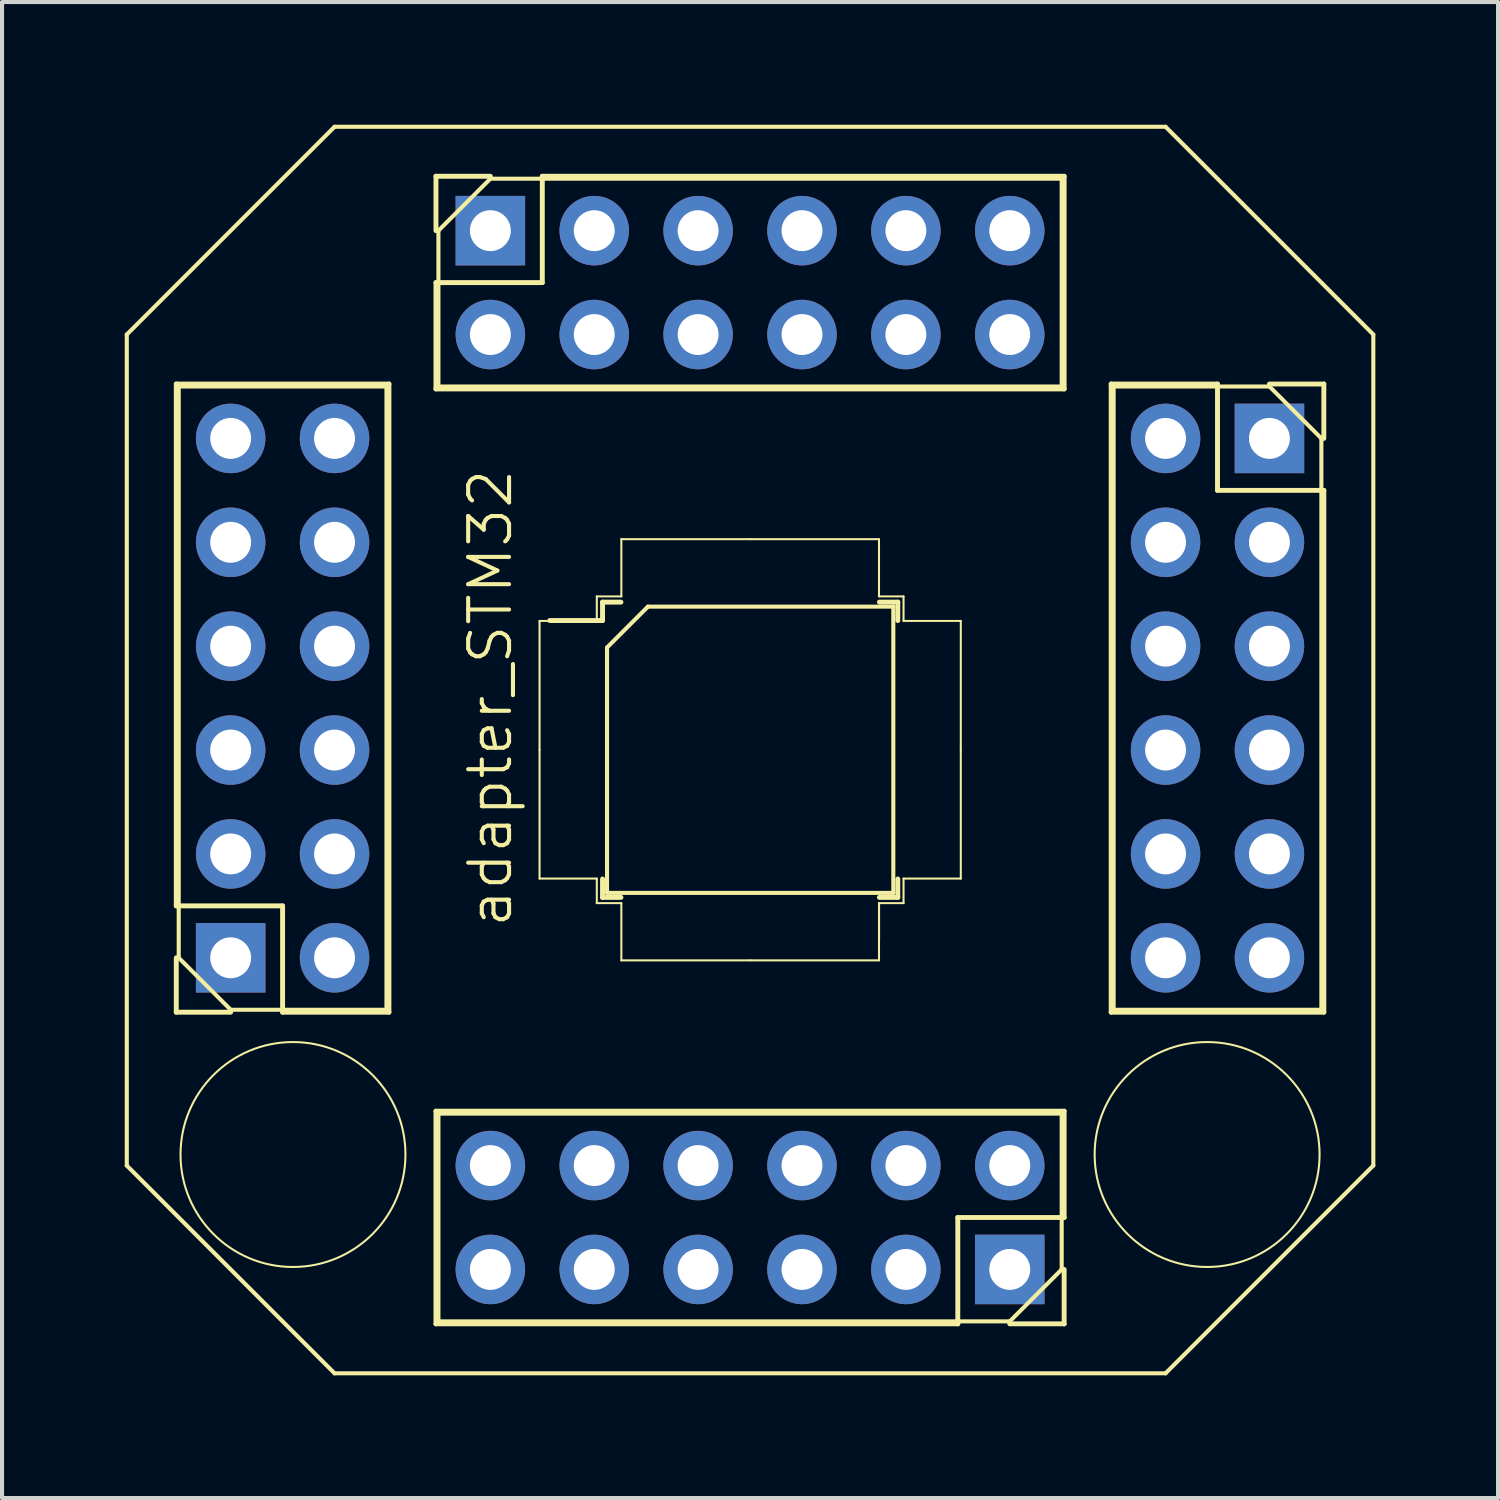
<source format=kicad_pcb>
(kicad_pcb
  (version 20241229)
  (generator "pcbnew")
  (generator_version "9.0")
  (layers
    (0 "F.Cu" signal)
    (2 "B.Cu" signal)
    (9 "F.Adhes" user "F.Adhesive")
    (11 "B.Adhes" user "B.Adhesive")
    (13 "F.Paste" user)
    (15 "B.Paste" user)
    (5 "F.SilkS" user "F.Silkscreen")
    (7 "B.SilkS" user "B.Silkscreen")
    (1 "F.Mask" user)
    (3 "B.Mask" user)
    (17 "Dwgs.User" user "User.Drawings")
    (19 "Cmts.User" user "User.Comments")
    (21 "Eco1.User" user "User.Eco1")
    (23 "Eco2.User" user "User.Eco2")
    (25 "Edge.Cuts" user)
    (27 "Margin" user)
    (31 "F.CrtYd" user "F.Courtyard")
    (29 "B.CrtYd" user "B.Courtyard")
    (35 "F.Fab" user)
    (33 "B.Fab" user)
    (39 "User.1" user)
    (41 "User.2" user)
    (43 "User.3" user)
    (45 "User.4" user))
  (footprint "adapter_STM32"
    (layer "F.Cu")
    (at 15.29 14.02)
    (property "Reference" "adapter_STM32" (at -6.35 0 90) (unlocked yes) (layer "F.SilkS") (effects (font (size 1 1) (thickness 0.1))))
    (attr through_hole)
    (fp_line (start -15.24 -8.89) (end -10.16 -13.97) (stroke (width 0.1) (type default)) (layer "F.SilkS"))
    (fp_line (start -15.24 11.43) (end -15.24 -8.89) (stroke (width 0.1) (type default)) (layer "F.SilkS"))
    (fp_line (start -14.03 -7.68) (end -8.83 -7.68) (stroke (width 0.12) (type solid)) (layer "F.SilkS"))
    (fp_line (start -14.03 5.08) (end -14.03 -7.68) (stroke (width 0.12) (type solid)) (layer "F.SilkS"))
    (fp_line (start -14.03 5.08) (end -11.43 5.08) (stroke (width 0.12) (type solid)) (layer "F.SilkS"))
    (fp_line (start -14.03 6.35) (end -14.03 7.68) (stroke (width 0.12) (type solid)) (layer "F.SilkS"))
    (fp_line (start -14.03 7.68) (end -12.7 7.68) (stroke (width 0.12) (type solid)) (layer "F.SilkS"))
    (fp_line (start -13.97 -7.62) (end -13.97 6.35) (stroke (width 0.1) (type solid)) (layer "F.SilkS"))
    (fp_line (start -13.97 6.35) (end -12.7 7.62) (stroke (width 0.1) (type solid)) (layer "F.SilkS"))
    (fp_line (start -12.7 7.62) (end -8.89 7.62) (stroke (width 0.1) (type solid)) (layer "F.SilkS"))
    (fp_line (start -11.43 5.08) (end -11.43 7.68) (stroke (width 0.12) (type solid)) (layer "F.SilkS"))
    (fp_line (start -11.43 7.68) (end -8.83 7.68) (stroke (width 0.12) (type solid)) (layer "F.SilkS"))
    (fp_line (start -10.16 -13.97) (end 10.16 -13.97) (stroke (width 0.1) (type default)) (layer "F.SilkS"))
    (fp_line (start -10.16 16.51) (end -15.24 11.43) (stroke (width 0.1) (type default)) (layer "F.SilkS"))
    (fp_line (start -8.89 -7.62) (end -13.97 -7.62) (stroke (width 0.1) (type solid)) (layer "F.SilkS"))
    (fp_line (start -8.89 7.62) (end -8.89 -7.62) (stroke (width 0.1) (type solid)) (layer "F.SilkS"))
    (fp_line (start -8.83 7.68) (end -8.83 -7.68) (stroke (width 0.12) (type solid)) (layer "F.SilkS"))
    (fp_line (start -7.68 -12.76) (end -7.68 -11.43) (stroke (width 0.12) (type solid)) (layer "F.SilkS"))
    (fp_line (start -7.68 -10.16) (end -7.68 -7.56) (stroke (width 0.12) (type solid)) (layer "F.SilkS"))
    (fp_line (start -7.68 -7.56) (end 7.68 -7.56) (stroke (width 0.12) (type solid)) (layer "F.SilkS"))
    (fp_line (start -7.68 15.3) (end -7.68 10.1) (stroke (width 0.12) (type solid)) (layer "F.SilkS"))
    (fp_line (start -7.62 -11.43) (end -7.62 -7.62) (stroke (width 0.1) (type solid)) (layer "F.SilkS"))
    (fp_line (start -7.62 -7.62) (end 7.62 -7.62) (stroke (width 0.1) (type solid)) (layer "F.SilkS"))
    (fp_line (start -7.62 10.16) (end -7.62 15.24) (stroke (width 0.1) (type solid)) (layer "F.SilkS"))
    (fp_line (start -7.62 15.24) (end 6.35 15.24) (stroke (width 0.1) (type solid)) (layer "F.SilkS"))
    (fp_line (start -6.35 -12.76) (end -7.68 -12.76) (stroke (width 0.12) (type solid)) (layer "F.SilkS"))
    (fp_line (start -6.35 -12.7) (end -7.62 -11.43) (stroke (width 0.1) (type solid)) (layer "F.SilkS"))
    (fp_line (start -5.147 -1.887) (end -5.147 1.263) (stroke (width 0.05) (type solid)) (layer "F.SilkS"))
    (fp_line (start -5.147 4.413) (end -5.147 1.263) (stroke (width 0.05) (type solid)) (layer "F.SilkS"))
    (fp_line (start -5.08 -12.76) (end -5.08 -10.16) (stroke (width 0.12) (type solid)) (layer "F.SilkS"))
    (fp_line (start -5.08 -12.76) (end 7.68 -12.76) (stroke (width 0.12) (type solid)) (layer "F.SilkS"))
    (fp_line (start -5.08 -10.16) (end -7.68 -10.16) (stroke (width 0.12) (type solid)) (layer "F.SilkS"))
    (fp_line (start -3.747 -2.487) (end -3.747 -1.887) (stroke (width 0.05) (type solid)) (layer "F.SilkS"))
    (fp_line (start -3.747 -1.887) (end -5.147 -1.887) (stroke (width 0.05) (type solid)) (layer "F.SilkS"))
    (fp_line (start -3.747 4.413) (end -5.147 4.413) (stroke (width 0.05) (type solid)) (layer "F.SilkS"))
    (fp_line (start -3.747 5.013) (end -3.747 4.413) (stroke (width 0.05) (type solid)) (layer "F.SilkS"))
    (fp_line (start -3.607 -2.347) (end -3.607 -1.897) (stroke (width 0.12) (type solid)) (layer "F.SilkS"))
    (fp_line (start -3.607 -1.897) (end -4.897 -1.897) (stroke (width 0.12) (type solid)) (layer "F.SilkS"))
    (fp_line (start -3.607 4.873) (end -3.607 4.423) (stroke (width 0.12) (type solid)) (layer "F.SilkS"))
    (fp_line (start -3.497 -1.237) (end -2.497 -2.237) (stroke (width 0.1) (type solid)) (layer "F.SilkS"))
    (fp_line (start -3.497 4.763) (end -3.497 -1.237) (stroke (width 0.1) (type solid)) (layer "F.SilkS"))
    (fp_line (start -3.157 -2.347) (end -3.607 -2.347) (stroke (width 0.12) (type solid)) (layer "F.SilkS"))
    (fp_line (start -3.157 4.873) (end -3.607 4.873) (stroke (width 0.12) (type solid)) (layer "F.SilkS"))
    (fp_line (start -3.147 -3.887) (end -3.147 -2.487) (stroke (width 0.05) (type solid)) (layer "F.SilkS"))
    (fp_line (start -3.147 -2.487) (end -3.747 -2.487) (stroke (width 0.05) (type solid)) (layer "F.SilkS"))
    (fp_line (start -3.147 5.013) (end -3.747 5.013) (stroke (width 0.05) (type solid)) (layer "F.SilkS"))
    (fp_line (start -3.147 6.413) (end -3.147 5.013) (stroke (width 0.05) (type solid)) (layer "F.SilkS"))
    (fp_line (start -2.497 -2.237) (end 3.503 -2.237) (stroke (width 0.1) (type solid)) (layer "F.SilkS"))
    (fp_line (start 0.003 -3.887) (end -3.147 -3.887) (stroke (width 0.05) (type solid)) (layer "F.SilkS"))
    (fp_line (start 0.003 -3.887) (end 3.153 -3.887) (stroke (width 0.05) (type solid)) (layer "F.SilkS"))
    (fp_line (start 0.003 6.413) (end -3.147 6.413) (stroke (width 0.05) (type solid)) (layer "F.SilkS"))
    (fp_line (start 0.003 6.413) (end 3.153 6.413) (stroke (width 0.05) (type solid)) (layer "F.SilkS"))
    (fp_line (start 3.153 -3.887) (end 3.153 -2.487) (stroke (width 0.05) (type solid)) (layer "F.SilkS"))
    (fp_line (start 3.153 -2.487) (end 3.753 -2.487) (stroke (width 0.05) (type solid)) (layer "F.SilkS"))
    (fp_line (start 3.153 5.013) (end 3.753 5.013) (stroke (width 0.05) (type solid)) (layer "F.SilkS"))
    (fp_line (start 3.153 6.413) (end 3.153 5.013) (stroke (width 0.05) (type solid)) (layer "F.SilkS"))
    (fp_line (start 3.154 5.946) (end 3.154 5.026) (stroke (width 0.05) (type solid)) (layer "F.SilkS"))
    (fp_line (start 3.163 -2.347) (end 3.613 -2.347) (stroke (width 0.12) (type solid)) (layer "F.SilkS"))
    (fp_line (start 3.163 4.873) (end 3.613 4.873) (stroke (width 0.12) (type solid)) (layer "F.SilkS"))
    (fp_line (start 3.503 -2.237) (end 3.503 4.763) (stroke (width 0.1) (type solid)) (layer "F.SilkS"))
    (fp_line (start 3.503 4.763) (end -3.497 4.763) (stroke (width 0.1) (type solid)) (layer "F.SilkS"))
    (fp_line (start 3.613 -2.347) (end 3.613 -1.897) (stroke (width 0.12) (type solid)) (layer "F.SilkS"))
    (fp_line (start 3.613 4.873) (end 3.613 4.423) (stroke (width 0.12) (type solid)) (layer "F.SilkS"))
    (fp_line (start 3.753 -2.487) (end 3.753 -1.887) (stroke (width 0.05) (type solid)) (layer "F.SilkS"))
    (fp_line (start 3.753 -1.887) (end 5.153 -1.887) (stroke (width 0.05) (type solid)) (layer "F.SilkS"))
    (fp_line (start 3.753 4.413) (end 5.153 4.413) (stroke (width 0.05) (type solid)) (layer "F.SilkS"))
    (fp_line (start 3.753 5.013) (end 3.753 4.413) (stroke (width 0.05) (type solid)) (layer "F.SilkS"))
    (fp_line (start 5.08 12.7) (end 7.68 12.7) (stroke (width 0.12) (type solid)) (layer "F.SilkS"))
    (fp_line (start 5.08 15.3) (end -7.68 15.3) (stroke (width 0.12) (type solid)) (layer "F.SilkS"))
    (fp_line (start 5.08 15.3) (end 5.08 12.7) (stroke (width 0.12) (type solid)) (layer "F.SilkS"))
    (fp_line (start 5.153 -1.887) (end 5.153 1.263) (stroke (width 0.05) (type solid)) (layer "F.SilkS"))
    (fp_line (start 5.153 4.413) (end 5.153 1.263) (stroke (width 0.05) (type solid)) (layer "F.SilkS"))
    (fp_line (start 6.35 15.24) (end 7.62 13.97) (stroke (width 0.1) (type solid)) (layer "F.SilkS"))
    (fp_line (start 6.35 15.3) (end 7.68 15.3) (stroke (width 0.12) (type solid)) (layer "F.SilkS"))
    (fp_line (start 7.62 -12.7) (end -6.35 -12.7) (stroke (width 0.1) (type solid)) (layer "F.SilkS"))
    (fp_line (start 7.62 -7.62) (end 7.62 -12.7) (stroke (width 0.1) (type solid)) (layer "F.SilkS"))
    (fp_line (start 7.62 10.16) (end -7.62 10.16) (stroke (width 0.1) (type solid)) (layer "F.SilkS"))
    (fp_line (start 7.62 13.97) (end 7.62 10.16) (stroke (width 0.1) (type solid)) (layer "F.SilkS"))
    (fp_line (start 7.68 -12.76) (end 7.68 -7.56) (stroke (width 0.12) (type solid)) (layer "F.SilkS"))
    (fp_line (start 7.68 10.1) (end -7.68 10.1) (stroke (width 0.12) (type solid)) (layer "F.SilkS"))
    (fp_line (start 7.68 12.7) (end 7.68 10.1) (stroke (width 0.12) (type solid)) (layer "F.SilkS"))
    (fp_line (start 7.68 15.3) (end 7.68 13.97) (stroke (width 0.12) (type solid)) (layer "F.SilkS"))
    (fp_line (start 8.83 -7.68) (end 8.83 7.68) (stroke (width 0.12) (type solid)) (layer "F.SilkS"))
    (fp_line (start 8.89 -7.62) (end 8.89 7.62) (stroke (width 0.1) (type solid)) (layer "F.SilkS"))
    (fp_line (start 8.89 7.62) (end 13.97 7.62) (stroke (width 0.1) (type solid)) (layer "F.SilkS"))
    (fp_line (start 10.16 -13.97) (end 15.24 -8.89) (stroke (width 0.1) (type default)) (layer "F.SilkS"))
    (fp_line (start 10.16 16.51) (end -10.16 16.51) (stroke (width 0.1) (type default)) (layer "F.SilkS"))
    (fp_line (start 11.43 -7.68) (end 8.83 -7.68) (stroke (width 0.12) (type solid)) (layer "F.SilkS"))
    (fp_line (start 11.43 -5.08) (end 11.43 -7.68) (stroke (width 0.12) (type solid)) (layer "F.SilkS"))
    (fp_line (start 12.7 -7.62) (end 8.89 -7.62) (stroke (width 0.1) (type solid)) (layer "F.SilkS"))
    (fp_line (start 13.97 -6.35) (end 12.7 -7.62) (stroke (width 0.1) (type solid)) (layer "F.SilkS"))
    (fp_line (start 13.97 7.62) (end 13.97 -6.35) (stroke (width 0.1) (type solid)) (layer "F.SilkS"))
    (fp_line (start 14.03 -7.68) (end 12.7 -7.68) (stroke (width 0.12) (type solid)) (layer "F.SilkS"))
    (fp_line (start 14.03 -6.35) (end 14.03 -7.68) (stroke (width 0.12) (type solid)) (layer "F.SilkS"))
    (fp_line (start 14.03 -5.08) (end 11.43 -5.08) (stroke (width 0.12) (type solid)) (layer "F.SilkS"))
    (fp_line (start 14.03 -5.08) (end 14.03 7.68) (stroke (width 0.12) (type solid)) (layer "F.SilkS"))
    (fp_line (start 14.03 7.68) (end 8.83 7.68) (stroke (width 0.12) (type solid)) (layer "F.SilkS"))
    (fp_line (start 15.24 -8.89) (end 15.24 11.43) (stroke (width 0.1) (type default)) (layer "F.SilkS"))
    (fp_line (start 15.24 11.43) (end 10.16 16.51) (stroke (width 0.1) (type default)) (layer "F.SilkS"))
    (fp_circle (center -11.176 11.16) (end -11.176 13.91) (stroke (width 0.05) (type solid)) (fill no) (layer "F.SilkS"))
    (fp_circle (center 11.176 11.16) (end 11.176 13.91) (stroke (width 0.05) (type solid)) (fill no) (layer "F.SilkS"))
    (pad "1" thru_hole rect (at -12.7 6.35) (size 1.7 1.7) (drill 1) (layers "*.Cu" "*.Mask"))
    (pad "1" thru_hole rect (at -6.35 -11.43 270) (size 1.7 1.7) (drill 1) (layers "*.Cu" "*.Mask"))
    (pad "1" thru_hole rect (at 6.35 13.97 90) (size 1.7 1.7) (drill 1) (layers "*.Cu" "*.Mask"))
    (pad "1" thru_hole rect (at 12.7 -6.35 180) (size 1.7 1.7) (drill 1) (layers "*.Cu" "*.Mask"))
    (pad "2" thru_hole oval (at -10.16 6.35) (size 1.7 1.7) (drill 1) (layers "*.Cu" "*.Mask"))
    (pad "2" thru_hole oval (at -6.35 -8.89 270) (size 1.7 1.7) (drill 1) (layers "*.Cu" "*.Mask"))
    (pad "2" thru_hole oval (at 6.35 11.43 90) (size 1.7 1.7) (drill 1) (layers "*.Cu" "*.Mask"))
    (pad "2" thru_hole oval (at 10.16 -6.35 180) (size 1.7 1.7) (drill 1) (layers "*.Cu" "*.Mask"))
    (pad "3" thru_hole oval (at -12.7 3.81) (size 1.7 1.7) (drill 1) (layers "*.Cu" "*.Mask"))
    (pad "3" thru_hole oval (at -3.81 -11.43 270) (size 1.7 1.7) (drill 1) (layers "*.Cu" "*.Mask"))
    (pad "3" thru_hole oval (at 3.81 13.97 90) (size 1.7 1.7) (drill 1) (layers "*.Cu" "*.Mask"))
    (pad "3" thru_hole oval (at 12.7 -3.81 180) (size 1.7 1.7) (drill 1) (layers "*.Cu" "*.Mask"))
    (pad "4" thru_hole oval (at -10.16 3.81) (size 1.7 1.7) (drill 1) (layers "*.Cu" "*.Mask"))
    (pad "4" thru_hole oval (at -3.81 -8.89 270) (size 1.7 1.7) (drill 1) (layers "*.Cu" "*.Mask"))
    (pad "4" thru_hole oval (at 3.81 11.43 90) (size 1.7 1.7) (drill 1) (layers "*.Cu" "*.Mask"))
    (pad "4" thru_hole oval (at 10.16 -3.81 180) (size 1.7 1.7) (drill 1) (layers "*.Cu" "*.Mask"))
    (pad "5" thru_hole oval (at -12.7 1.27) (size 1.7 1.7) (drill 1) (layers "*.Cu" "*.Mask"))
    (pad "5" thru_hole oval (at -1.27 -11.43 270) (size 1.7 1.7) (drill 1) (layers "*.Cu" "*.Mask"))
    (pad "5" thru_hole oval (at 1.27 13.97 90) (size 1.7 1.7) (drill 1) (layers "*.Cu" "*.Mask"))
    (pad "5" thru_hole oval (at 12.7 -1.27 180) (size 1.7 1.7) (drill 1) (layers "*.Cu" "*.Mask"))
    (pad "6" thru_hole oval (at -10.16 1.27) (size 1.7 1.7) (drill 1) (layers "*.Cu" "*.Mask"))
    (pad "6" thru_hole oval (at -1.27 -8.89 270) (size 1.7 1.7) (drill 1) (layers "*.Cu" "*.Mask"))
    (pad "6" thru_hole oval (at 1.27 11.43 90) (size 1.7 1.7) (drill 1) (layers "*.Cu" "*.Mask"))
    (pad "6" thru_hole oval (at 10.16 -1.27 180) (size 1.7 1.7) (drill 1) (layers "*.Cu" "*.Mask"))
    (pad "7" thru_hole oval (at -12.7 -1.27) (size 1.7 1.7) (drill 1) (layers "*.Cu" "*.Mask"))
    (pad "7" thru_hole oval (at -1.27 13.97 90) (size 1.7 1.7) (drill 1) (layers "*.Cu" "*.Mask"))
    (pad "7" thru_hole oval (at 1.27 -11.43 270) (size 1.7 1.7) (drill 1) (layers "*.Cu" "*.Mask"))
    (pad "7" thru_hole oval (at 12.7 1.27 180) (size 1.7 1.7) (drill 1) (layers "*.Cu" "*.Mask"))
    (pad "8" thru_hole oval (at -10.16 -1.27) (size 1.7 1.7) (drill 1) (layers "*.Cu" "*.Mask"))
    (pad "8" thru_hole oval (at -1.27 11.43 90) (size 1.7 1.7) (drill 1) (layers "*.Cu" "*.Mask"))
    (pad "8" thru_hole oval (at 1.27 -8.89 270) (size 1.7 1.7) (drill 1) (layers "*.Cu" "*.Mask"))
    (pad "8" thru_hole oval (at 10.16 1.27 180) (size 1.7 1.7) (drill 1) (layers "*.Cu" "*.Mask"))
    (pad "9" thru_hole oval (at -12.7 -3.81) (size 1.7 1.7) (drill 1) (layers "*.Cu" "*.Mask"))
    (pad "9" thru_hole oval (at -3.81 13.97 90) (size 1.7 1.7) (drill 1) (layers "*.Cu" "*.Mask"))
    (pad "9" thru_hole oval (at 3.81 -11.43 270) (size 1.7 1.7) (drill 1) (layers "*.Cu" "*.Mask"))
    (pad "9" thru_hole oval (at 12.7 3.81 180) (size 1.7 1.7) (drill 1) (layers "*.Cu" "*.Mask"))
    (pad "10" thru_hole oval (at -10.16 -3.81) (size 1.7 1.7) (drill 1) (layers "*.Cu" "*.Mask"))
    (pad "10" thru_hole oval (at -3.81 11.43 90) (size 1.7 1.7) (drill 1) (layers "*.Cu" "*.Mask"))
    (pad "10" thru_hole oval (at 3.81 -8.89 270) (size 1.7 1.7) (drill 1) (layers "*.Cu" "*.Mask"))
    (pad "10" thru_hole oval (at 10.16 3.81 180) (size 1.7 1.7) (drill 1) (layers "*.Cu" "*.Mask"))
    (pad "11" thru_hole oval (at -12.7 -6.35) (size 1.7 1.7) (drill 1) (layers "*.Cu" "*.Mask"))
    (pad "11" thru_hole oval (at -6.35 13.97 90) (size 1.7 1.7) (drill 1) (layers "*.Cu" "*.Mask"))
    (pad "11" thru_hole oval (at 6.35 -11.43 270) (size 1.7 1.7) (drill 1) (layers "*.Cu" "*.Mask"))
    (pad "11" thru_hole oval (at 12.7 6.35 180) (size 1.7 1.7) (drill 1) (layers "*.Cu" "*.Mask"))
    (pad "12" thru_hole oval (at -10.16 -6.35) (size 1.7 1.7) (drill 1) (layers "*.Cu" "*.Mask"))
    (pad "12" thru_hole oval (at -6.35 11.43 90) (size 1.7 1.7) (drill 1) (layers "*.Cu" "*.Mask"))
    (pad "12" thru_hole oval (at 6.35 -8.89 270) (size 1.7 1.7) (drill 1) (layers "*.Cu" "*.Mask"))
    (pad "12" thru_hole oval (at 10.16 6.35 180) (size 1.7 1.7) (drill 1) (layers "*.Cu" "*.Mask")))
  (gr_rect
    (start -3 -3)
    (end 33.58 33.58)
    (stroke (width 0.1) (type default))
    (fill no)
    (layer "Edge.Cuts")))
</source>
